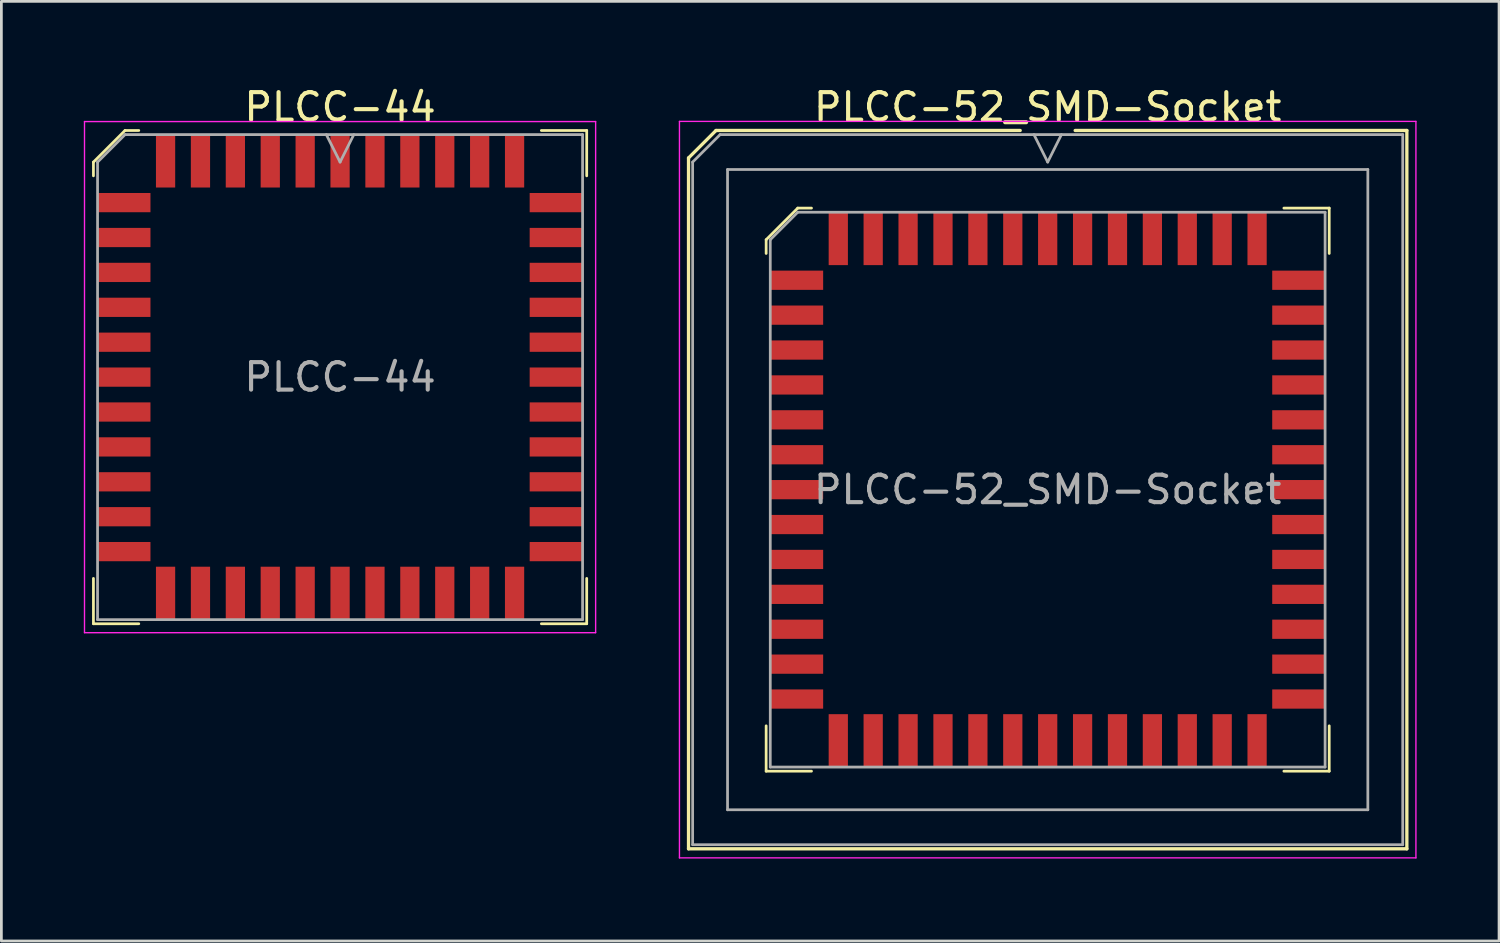
<source format=kicad_pcb>
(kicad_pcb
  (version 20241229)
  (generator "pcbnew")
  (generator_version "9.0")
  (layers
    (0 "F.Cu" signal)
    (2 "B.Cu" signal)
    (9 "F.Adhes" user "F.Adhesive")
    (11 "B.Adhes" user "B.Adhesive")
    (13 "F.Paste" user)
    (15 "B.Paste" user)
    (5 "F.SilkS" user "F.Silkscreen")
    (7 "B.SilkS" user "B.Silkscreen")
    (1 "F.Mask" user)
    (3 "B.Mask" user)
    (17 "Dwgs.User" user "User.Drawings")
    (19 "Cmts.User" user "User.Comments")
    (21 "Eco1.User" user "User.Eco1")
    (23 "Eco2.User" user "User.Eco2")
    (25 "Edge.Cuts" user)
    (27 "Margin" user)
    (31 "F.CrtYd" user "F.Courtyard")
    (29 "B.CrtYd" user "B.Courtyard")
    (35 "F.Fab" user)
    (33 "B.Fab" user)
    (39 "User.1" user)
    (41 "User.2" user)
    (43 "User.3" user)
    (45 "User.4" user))
  (footprint "PLCC-44"
    (layer "F.Cu")
    (at 9.325 10.673)
    (property "Reference" "PLCC-44" (at 0 -9.825 0) (layer "F.SilkS") (effects (font (size 1 1) (thickness 0.15))))
    (attr smd)
    (fp_line (start -8.975 -7.825) (end -8.975 -7.325) (stroke (width 0.1) (type solid)) (layer "F.SilkS"))
    (fp_line (start -8.975 8.975) (end -8.975 7.325) (stroke (width 0.1) (type solid)) (layer "F.SilkS"))
    (fp_line (start -7.825 -8.975) (end -8.975 -7.825) (stroke (width 0.1) (type solid)) (layer "F.SilkS"))
    (fp_line (start -7.325 -8.975) (end -7.825 -8.975) (stroke (width 0.1) (type solid)) (layer "F.SilkS"))
    (fp_line (start -7.325 8.975) (end -8.975 8.975) (stroke (width 0.1) (type solid)) (layer "F.SilkS"))
    (fp_line (start 7.325 -8.975) (end 8.975 -8.975) (stroke (width 0.1) (type solid)) (layer "F.SilkS"))
    (fp_line (start 7.325 8.975) (end 8.975 8.975) (stroke (width 0.1) (type solid)) (layer "F.SilkS"))
    (fp_line (start 8.975 -8.975) (end 8.975 -7.325) (stroke (width 0.1) (type solid)) (layer "F.SilkS"))
    (fp_line (start 8.975 8.975) (end 8.975 7.325) (stroke (width 0.1) (type solid)) (layer "F.SilkS"))
    (fp_line (start -9.3 -9.3) (end -9.3 9.3) (stroke (width 0.05) (type solid)) (layer "F.CrtYd"))
    (fp_line (start -9.3 9.3) (end 9.3 9.3) (stroke (width 0.05) (type solid)) (layer "F.CrtYd"))
    (fp_line (start 9.3 -9.3) (end -9.3 -9.3) (stroke (width 0.05) (type solid)) (layer "F.CrtYd"))
    (fp_line (start 9.3 9.3) (end 9.3 -9.3) (stroke (width 0.05) (type solid)) (layer "F.CrtYd"))
    (fp_line (start -8.825 -7.825) (end -8.825 8.825) (stroke (width 0.1) (type solid)) (layer "F.Fab"))
    (fp_line (start -8.825 8.825) (end 8.825 8.825) (stroke (width 0.1) (type solid)) (layer "F.Fab"))
    (fp_line (start -7.825 -8.825) (end -8.825 -7.825) (stroke (width 0.1) (type solid)) (layer "F.Fab"))
    (fp_line (start -0.5 -8.825) (end 0 -7.825) (stroke (width 0.1) (type solid)) (layer "F.Fab"))
    (fp_line (start 0 -7.825) (end 0.5 -8.825) (stroke (width 0.1) (type solid)) (layer "F.Fab"))
    (fp_line (start 8.825 -8.825) (end -7.825 -8.825) (stroke (width 0.1) (type solid)) (layer "F.Fab"))
    (fp_line (start 8.825 8.825) (end 8.825 -8.825) (stroke (width 0.1) (type solid)) (layer "F.Fab"))
    (fp_text user "${REFERENCE}" (at 0 0 0) (layer "F.Fab") (effects (font (size 1 1) (thickness 0.15))))
    (pad "1" smd rect (at 0 -7.862) (size 0.7 1.925) (layers "F.Cu" "F.Mask" "F.Paste"))
    (pad "2" smd rect (at -1.27 -7.862) (size 0.7 1.925) (layers "F.Cu" "F.Mask" "F.Paste"))
    (pad "3" smd rect (at -2.54 -7.862) (size 0.7 1.925) (layers "F.Cu" "F.Mask" "F.Paste"))
    (pad "4" smd rect (at -3.81 -7.862) (size 0.7 1.925) (layers "F.Cu" "F.Mask" "F.Paste"))
    (pad "5" smd rect (at -5.08 -7.862) (size 0.7 1.925) (layers "F.Cu" "F.Mask" "F.Paste"))
    (pad "6" smd rect (at -6.35 -7.862) (size 0.7 1.925) (layers "F.Cu" "F.Mask" "F.Paste"))
    (pad "7" smd rect (at -7.862 -6.35) (size 1.925 0.7) (layers "F.Cu" "F.Mask" "F.Paste"))
    (pad "8" smd rect (at -7.862 -5.08) (size 1.925 0.7) (layers "F.Cu" "F.Mask" "F.Paste"))
    (pad "9" smd rect (at -7.862 -3.81) (size 1.925 0.7) (layers "F.Cu" "F.Mask" "F.Paste"))
    (pad "10" smd rect (at -7.862 -2.54) (size 1.925 0.7) (layers "F.Cu" "F.Mask" "F.Paste"))
    (pad "11" smd rect (at -7.862 -1.27) (size 1.925 0.7) (layers "F.Cu" "F.Mask" "F.Paste"))
    (pad "12" smd rect (at -7.862 0) (size 1.925 0.7) (layers "F.Cu" "F.Mask" "F.Paste"))
    (pad "13" smd rect (at -7.862 1.27) (size 1.925 0.7) (layers "F.Cu" "F.Mask" "F.Paste"))
    (pad "14" smd rect (at -7.862 2.54) (size 1.925 0.7) (layers "F.Cu" "F.Mask" "F.Paste"))
    (pad "15" smd rect (at -7.862 3.81) (size 1.925 0.7) (layers "F.Cu" "F.Mask" "F.Paste"))
    (pad "16" smd rect (at -7.862 5.08) (size 1.925 0.7) (layers "F.Cu" "F.Mask" "F.Paste"))
    (pad "17" smd rect (at -7.862 6.35) (size 1.925 0.7) (layers "F.Cu" "F.Mask" "F.Paste"))
    (pad "18" smd rect (at -6.35 7.862) (size 0.7 1.925) (layers "F.Cu" "F.Mask" "F.Paste"))
    (pad "19" smd rect (at -5.08 7.862) (size 0.7 1.925) (layers "F.Cu" "F.Mask" "F.Paste"))
    (pad "20" smd rect (at -3.81 7.862) (size 0.7 1.925) (layers "F.Cu" "F.Mask" "F.Paste"))
    (pad "21" smd rect (at -2.54 7.862) (size 0.7 1.925) (layers "F.Cu" "F.Mask" "F.Paste"))
    (pad "22" smd rect (at -1.27 7.862) (size 0.7 1.925) (layers "F.Cu" "F.Mask" "F.Paste"))
    (pad "23" smd rect (at 0 7.862) (size 0.7 1.925) (layers "F.Cu" "F.Mask" "F.Paste"))
    (pad "24" smd rect (at 1.27 7.862) (size 0.7 1.925) (layers "F.Cu" "F.Mask" "F.Paste"))
    (pad "25" smd rect (at 2.54 7.862) (size 0.7 1.925) (layers "F.Cu" "F.Mask" "F.Paste"))
    (pad "26" smd rect (at 3.81 7.862) (size 0.7 1.925) (layers "F.Cu" "F.Mask" "F.Paste"))
    (pad "27" smd rect (at 5.08 7.862) (size 0.7 1.925) (layers "F.Cu" "F.Mask" "F.Paste"))
    (pad "28" smd rect (at 6.35 7.862) (size 0.7 1.925) (layers "F.Cu" "F.Mask" "F.Paste"))
    (pad "29" smd rect (at 7.862 6.35) (size 1.925 0.7) (layers "F.Cu" "F.Mask" "F.Paste"))
    (pad "30" smd rect (at 7.862 5.08) (size 1.925 0.7) (layers "F.Cu" "F.Mask" "F.Paste"))
    (pad "31" smd rect (at 7.862 3.81) (size 1.925 0.7) (layers "F.Cu" "F.Mask" "F.Paste"))
    (pad "32" smd rect (at 7.862 2.54) (size 1.925 0.7) (layers "F.Cu" "F.Mask" "F.Paste"))
    (pad "33" smd rect (at 7.862 1.27) (size 1.925 0.7) (layers "F.Cu" "F.Mask" "F.Paste"))
    (pad "34" smd rect (at 7.862 0) (size 1.925 0.7) (layers "F.Cu" "F.Mask" "F.Paste"))
    (pad "35" smd rect (at 7.862 -1.27) (size 1.925 0.7) (layers "F.Cu" "F.Mask" "F.Paste"))
    (pad "36" smd rect (at 7.862 -2.54) (size 1.925 0.7) (layers "F.Cu" "F.Mask" "F.Paste"))
    (pad "37" smd rect (at 7.862 -3.81) (size 1.925 0.7) (layers "F.Cu" "F.Mask" "F.Paste"))
    (pad "38" smd rect (at 7.862 -5.08) (size 1.925 0.7) (layers "F.Cu" "F.Mask" "F.Paste"))
    (pad "39" smd rect (at 7.862 -6.35) (size 1.925 0.7) (layers "F.Cu" "F.Mask" "F.Paste"))
    (pad "40" smd rect (at 6.35 -7.862) (size 0.7 1.925) (layers "F.Cu" "F.Mask" "F.Paste"))
    (pad "41" smd rect (at 5.08 -7.862) (size 0.7 1.925) (layers "F.Cu" "F.Mask" "F.Paste"))
    (pad "42" smd rect (at 3.81 -7.862) (size 0.7 1.925) (layers "F.Cu" "F.Mask" "F.Paste"))
    (pad "43" smd rect (at 2.54 -7.862) (size 0.7 1.925) (layers "F.Cu" "F.Mask" "F.Paste"))
    (pad "44" smd rect (at 1.27 -7.862) (size 0.7 1.925) (layers "F.Cu" "F.Mask" "F.Paste")))
  (footprint "PLCC-52_SMD-Socket"
    (layer "F.Cu")
    (at 35.075 14.768)
    (property "Reference" "PLCC-52_SMD-Socket" (at 0 -13.92 0) (layer "F.SilkS") (effects (font (size 1 1) (thickness 0.15))))
    (attr smd)
    (fp_line (start -13.07 -12.07) (end -13.07 13.07) (stroke (width 0.12) (type solid)) (layer "F.SilkS"))
    (fp_line (start -13.07 13.07) (end 13.07 13.07) (stroke (width 0.12) (type solid)) (layer "F.SilkS"))
    (fp_line (start -12.07 -13.07) (end -13.07 -12.07) (stroke (width 0.12) (type solid)) (layer "F.SilkS"))
    (fp_line (start -10.245 -9.095) (end -10.245 -8.595) (stroke (width 0.1) (type solid)) (layer "F.SilkS"))
    (fp_line (start -10.245 10.245) (end -10.245 8.595) (stroke (width 0.1) (type solid)) (layer "F.SilkS"))
    (fp_line (start -9.095 -10.245) (end -10.245 -9.095) (stroke (width 0.1) (type solid)) (layer "F.SilkS"))
    (fp_line (start -8.595 -10.245) (end -9.095 -10.245) (stroke (width 0.1) (type solid)) (layer "F.SilkS"))
    (fp_line (start -8.595 10.245) (end -10.245 10.245) (stroke (width 0.1) (type solid)) (layer "F.SilkS"))
    (fp_line (start -1 -13.07) (end -12.07 -13.07) (stroke (width 0.12) (type solid)) (layer "F.SilkS"))
    (fp_line (start 8.595 -10.245) (end 10.245 -10.245) (stroke (width 0.1) (type solid)) (layer "F.SilkS"))
    (fp_line (start 8.595 10.245) (end 10.245 10.245) (stroke (width 0.1) (type solid)) (layer "F.SilkS"))
    (fp_line (start 10.245 -10.245) (end 10.245 -8.595) (stroke (width 0.1) (type solid)) (layer "F.SilkS"))
    (fp_line (start 10.245 10.245) (end 10.245 8.595) (stroke (width 0.1) (type solid)) (layer "F.SilkS"))
    (fp_line (start 13.07 -13.07) (end 1 -13.07) (stroke (width 0.12) (type solid)) (layer "F.SilkS"))
    (fp_line (start 13.07 13.07) (end 13.07 -13.07) (stroke (width 0.12) (type solid)) (layer "F.SilkS"))
    (fp_line (start -13.4 -13.4) (end -13.4 13.4) (stroke (width 0.05) (type solid)) (layer "F.CrtYd"))
    (fp_line (start -13.4 13.4) (end 13.4 13.4) (stroke (width 0.05) (type solid)) (layer "F.CrtYd"))
    (fp_line (start 13.4 -13.4) (end -13.4 -13.4) (stroke (width 0.05) (type solid)) (layer "F.CrtYd"))
    (fp_line (start 13.4 13.4) (end 13.4 -13.4) (stroke (width 0.05) (type solid)) (layer "F.CrtYd"))
    (fp_line (start -12.92 -11.92) (end -12.92 12.92) (stroke (width 0.1) (type solid)) (layer "F.Fab"))
    (fp_line (start -12.92 12.92) (end 12.92 12.92) (stroke (width 0.1) (type solid)) (layer "F.Fab"))
    (fp_line (start -11.92 -12.92) (end -12.92 -11.92) (stroke (width 0.1) (type solid)) (layer "F.Fab"))
    (fp_line (start -11.65 -11.65) (end -11.65 11.65) (stroke (width 0.1) (type solid)) (layer "F.Fab"))
    (fp_line (start -11.65 11.65) (end 11.65 11.65) (stroke (width 0.1) (type solid)) (layer "F.Fab"))
    (fp_line (start -10.095 -9.095) (end -10.095 10.095) (stroke (width 0.1) (type solid)) (layer "F.Fab"))
    (fp_line (start -10.095 10.095) (end 10.095 10.095) (stroke (width 0.1) (type solid)) (layer "F.Fab"))
    (fp_line (start -9.095 -10.095) (end -10.095 -9.095) (stroke (width 0.1) (type solid)) (layer "F.Fab"))
    (fp_line (start -0.5 -12.92) (end 0 -11.92) (stroke (width 0.1) (type solid)) (layer "F.Fab"))
    (fp_line (start 0 -11.92) (end 0.5 -12.92) (stroke (width 0.1) (type solid)) (layer "F.Fab"))
    (fp_line (start 10.095 -10.095) (end -9.095 -10.095) (stroke (width 0.1) (type solid)) (layer "F.Fab"))
    (fp_line (start 10.095 10.095) (end 10.095 -10.095) (stroke (width 0.1) (type solid)) (layer "F.Fab"))
    (fp_line (start 11.65 -11.65) (end -11.65 -11.65) (stroke (width 0.1) (type solid)) (layer "F.Fab"))
    (fp_line (start 11.65 11.65) (end 11.65 -11.65) (stroke (width 0.1) (type solid)) (layer "F.Fab"))
    (fp_line (start 12.92 -12.92) (end -11.92 -12.92) (stroke (width 0.1) (type solid)) (layer "F.Fab"))
    (fp_line (start 12.92 12.92) (end 12.92 -12.92) (stroke (width 0.1) (type solid)) (layer "F.Fab"))
    (fp_text user "${REFERENCE}" (at 0 0 0) (layer "F.Fab") (effects (font (size 1 1) (thickness 0.15))))
    (pad "1" smd rect (at 0 -9.133) (size 0.7 1.925) (layers "F.Cu" "F.Mask" "F.Paste"))
    (pad "2" smd rect (at -1.27 -9.133) (size 0.7 1.925) (layers "F.Cu" "F.Mask" "F.Paste"))
    (pad "3" smd rect (at -2.54 -9.133) (size 0.7 1.925) (layers "F.Cu" "F.Mask" "F.Paste"))
    (pad "4" smd rect (at -3.81 -9.133) (size 0.7 1.925) (layers "F.Cu" "F.Mask" "F.Paste"))
    (pad "5" smd rect (at -5.08 -9.133) (size 0.7 1.925) (layers "F.Cu" "F.Mask" "F.Paste"))
    (pad "6" smd rect (at -6.35 -9.133) (size 0.7 1.925) (layers "F.Cu" "F.Mask" "F.Paste"))
    (pad "7" smd rect (at -7.62 -9.133) (size 0.7 1.925) (layers "F.Cu" "F.Mask" "F.Paste"))
    (pad "8" smd rect (at -9.133 -7.62) (size 1.925 0.7) (layers "F.Cu" "F.Mask" "F.Paste"))
    (pad "9" smd rect (at -9.133 -6.35) (size 1.925 0.7) (layers "F.Cu" "F.Mask" "F.Paste"))
    (pad "10" smd rect (at -9.133 -5.08) (size 1.925 0.7) (layers "F.Cu" "F.Mask" "F.Paste"))
    (pad "11" smd rect (at -9.133 -3.81) (size 1.925 0.7) (layers "F.Cu" "F.Mask" "F.Paste"))
    (pad "12" smd rect (at -9.133 -2.54) (size 1.925 0.7) (layers "F.Cu" "F.Mask" "F.Paste"))
    (pad "13" smd rect (at -9.133 -1.27) (size 1.925 0.7) (layers "F.Cu" "F.Mask" "F.Paste"))
    (pad "14" smd rect (at -9.133 0) (size 1.925 0.7) (layers "F.Cu" "F.Mask" "F.Paste"))
    (pad "15" smd rect (at -9.133 1.27) (size 1.925 0.7) (layers "F.Cu" "F.Mask" "F.Paste"))
    (pad "16" smd rect (at -9.133 2.54) (size 1.925 0.7) (layers "F.Cu" "F.Mask" "F.Paste"))
    (pad "17" smd rect (at -9.133 3.81) (size 1.925 0.7) (layers "F.Cu" "F.Mask" "F.Paste"))
    (pad "18" smd rect (at -9.133 5.08) (size 1.925 0.7) (layers "F.Cu" "F.Mask" "F.Paste"))
    (pad "19" smd rect (at -9.133 6.35) (size 1.925 0.7) (layers "F.Cu" "F.Mask" "F.Paste"))
    (pad "20" smd rect (at -9.133 7.62) (size 1.925 0.7) (layers "F.Cu" "F.Mask" "F.Paste"))
    (pad "21" smd rect (at -7.62 9.133) (size 0.7 1.925) (layers "F.Cu" "F.Mask" "F.Paste"))
    (pad "22" smd rect (at -6.35 9.133) (size 0.7 1.925) (layers "F.Cu" "F.Mask" "F.Paste"))
    (pad "23" smd rect (at -5.08 9.133) (size 0.7 1.925) (layers "F.Cu" "F.Mask" "F.Paste"))
    (pad "24" smd rect (at -3.81 9.133) (size 0.7 1.925) (layers "F.Cu" "F.Mask" "F.Paste"))
    (pad "25" smd rect (at -2.54 9.133) (size 0.7 1.925) (layers "F.Cu" "F.Mask" "F.Paste"))
    (pad "26" smd rect (at -1.27 9.133) (size 0.7 1.925) (layers "F.Cu" "F.Mask" "F.Paste"))
    (pad "27" smd rect (at 0 9.133) (size 0.7 1.925) (layers "F.Cu" "F.Mask" "F.Paste"))
    (pad "28" smd rect (at 1.27 9.133) (size 0.7 1.925) (layers "F.Cu" "F.Mask" "F.Paste"))
    (pad "29" smd rect (at 2.54 9.133) (size 0.7 1.925) (layers "F.Cu" "F.Mask" "F.Paste"))
    (pad "30" smd rect (at 3.81 9.133) (size 0.7 1.925) (layers "F.Cu" "F.Mask" "F.Paste"))
    (pad "31" smd rect (at 5.08 9.133) (size 0.7 1.925) (layers "F.Cu" "F.Mask" "F.Paste"))
    (pad "32" smd rect (at 6.35 9.133) (size 0.7 1.925) (layers "F.Cu" "F.Mask" "F.Paste"))
    (pad "33" smd rect (at 7.62 9.133) (size 0.7 1.925) (layers "F.Cu" "F.Mask" "F.Paste"))
    (pad "34" smd rect (at 9.133 7.62) (size 1.925 0.7) (layers "F.Cu" "F.Mask" "F.Paste"))
    (pad "35" smd rect (at 9.133 6.35) (size 1.925 0.7) (layers "F.Cu" "F.Mask" "F.Paste"))
    (pad "36" smd rect (at 9.133 5.08) (size 1.925 0.7) (layers "F.Cu" "F.Mask" "F.Paste"))
    (pad "37" smd rect (at 9.133 3.81) (size 1.925 0.7) (layers "F.Cu" "F.Mask" "F.Paste"))
    (pad "38" smd rect (at 9.133 2.54) (size 1.925 0.7) (layers "F.Cu" "F.Mask" "F.Paste"))
    (pad "39" smd rect (at 9.133 1.27) (size 1.925 0.7) (layers "F.Cu" "F.Mask" "F.Paste"))
    (pad "40" smd rect (at 9.133 0) (size 1.925 0.7) (layers "F.Cu" "F.Mask" "F.Paste"))
    (pad "41" smd rect (at 9.133 -1.27) (size 1.925 0.7) (layers "F.Cu" "F.Mask" "F.Paste"))
    (pad "42" smd rect (at 9.133 -2.54) (size 1.925 0.7) (layers "F.Cu" "F.Mask" "F.Paste"))
    (pad "43" smd rect (at 9.133 -3.81) (size 1.925 0.7) (layers "F.Cu" "F.Mask" "F.Paste"))
    (pad "44" smd rect (at 9.133 -5.08) (size 1.925 0.7) (layers "F.Cu" "F.Mask" "F.Paste"))
    (pad "45" smd rect (at 9.133 -6.35) (size 1.925 0.7) (layers "F.Cu" "F.Mask" "F.Paste"))
    (pad "46" smd rect (at 9.133 -7.62) (size 1.925 0.7) (layers "F.Cu" "F.Mask" "F.Paste"))
    (pad "47" smd rect (at 7.62 -9.133) (size 0.7 1.925) (layers "F.Cu" "F.Mask" "F.Paste"))
    (pad "48" smd rect (at 6.35 -9.133) (size 0.7 1.925) (layers "F.Cu" "F.Mask" "F.Paste"))
    (pad "49" smd rect (at 5.08 -9.133) (size 0.7 1.925) (layers "F.Cu" "F.Mask" "F.Paste"))
    (pad "50" smd rect (at 3.81 -9.133) (size 0.7 1.925) (layers "F.Cu" "F.Mask" "F.Paste"))
    (pad "51" smd rect (at 2.54 -9.133) (size 0.7 1.925) (layers "F.Cu" "F.Mask" "F.Paste"))
    (pad "52" smd rect (at 1.27 -9.133) (size 0.7 1.925) (layers "F.Cu" "F.Mask" "F.Paste")))
  (gr_rect
    (start -3 -3)
    (end 51.5 31.193)
    (stroke (width 0.1) (type default))
    (fill no)
    (layer "Edge.Cuts")))
</source>
